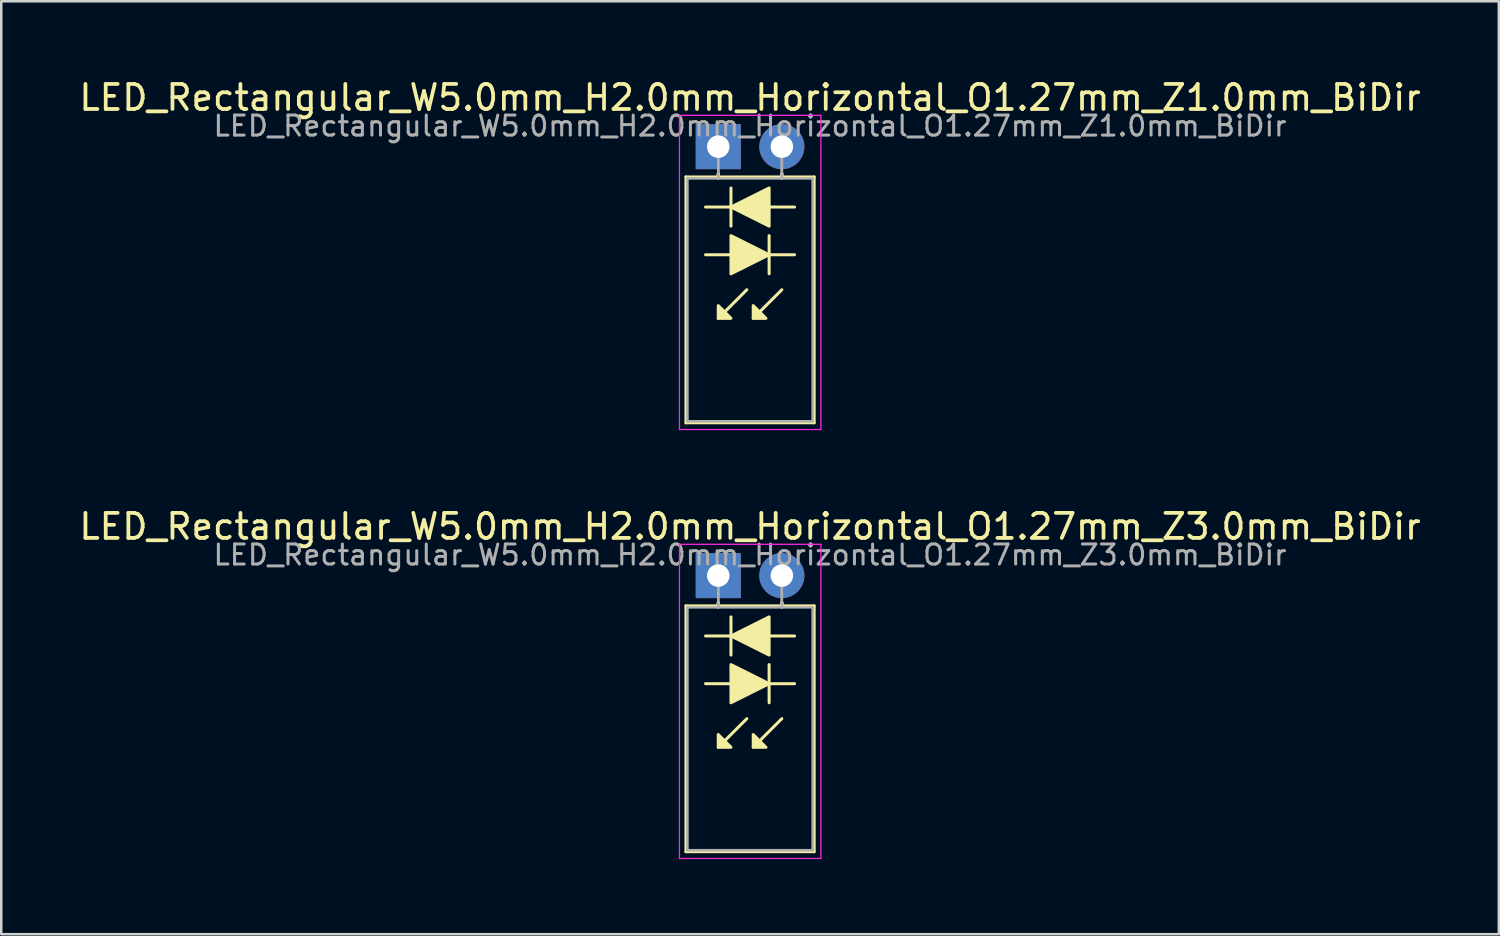
<source format=kicad_pcb>
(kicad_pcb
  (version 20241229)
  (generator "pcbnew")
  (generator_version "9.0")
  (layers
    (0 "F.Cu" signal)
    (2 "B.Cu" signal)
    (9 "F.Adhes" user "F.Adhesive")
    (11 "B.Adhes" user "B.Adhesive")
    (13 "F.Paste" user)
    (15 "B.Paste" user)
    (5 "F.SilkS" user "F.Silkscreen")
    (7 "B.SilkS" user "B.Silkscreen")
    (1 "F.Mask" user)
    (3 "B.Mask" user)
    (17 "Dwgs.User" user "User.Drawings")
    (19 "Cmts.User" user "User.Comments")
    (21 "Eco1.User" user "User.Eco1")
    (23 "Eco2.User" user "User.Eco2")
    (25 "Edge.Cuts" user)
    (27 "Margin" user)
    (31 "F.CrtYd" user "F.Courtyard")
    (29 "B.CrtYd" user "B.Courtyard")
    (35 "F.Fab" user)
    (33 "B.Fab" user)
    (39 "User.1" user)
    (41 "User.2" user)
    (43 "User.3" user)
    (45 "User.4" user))
  (footprint "LED_Rectangular_W5.0mm_H2.0mm_Horizontal_O1.27mm_Z3.0mm_BiDir"
    (layer "F.Cu")
    (at 25.641 19.942)
    (property "Reference" "LED_Rectangular_W5.0mm_H2.0mm_Horizontal_O1.27mm_Z3.0mm_BiDir" (at 1.27 -1.96 0) (layer "F.SilkS") (effects (font (size 1 1) (thickness 0.15))))
    (fp_line (start -1.29 1.21) (end -1.29 11.03) (stroke (width 0.12) (type solid)) (layer "F.SilkS"))
    (fp_line (start -1.29 11.03) (end 3.83 11.03) (stroke (width 0.12) (type solid)) (layer "F.SilkS"))
    (fp_line (start -0.508 4.318) (end 0.508 4.318) (stroke (width 0.12) (type solid)) (layer "F.SilkS"))
    (fp_line (start 0 1.08) (end 0 1.08) (stroke (width 0.12) (type solid)) (layer "F.SilkS"))
    (fp_line (start 0 1.08) (end 0 1.21) (stroke (width 0.12) (type solid)) (layer "F.SilkS"))
    (fp_line (start 0 1.21) (end 0 1.08) (stroke (width 0.12) (type solid)) (layer "F.SilkS"))
    (fp_line (start 0 1.21) (end 0 1.21) (stroke (width 0.12) (type solid)) (layer "F.SilkS"))
    (fp_line (start 0.508 1.651) (end 0.508 3.175) (stroke (width 0.12) (type solid)) (layer "F.SilkS"))
    (fp_line (start 0.508 2.413) (end -0.508 2.413) (stroke (width 0.12) (type solid)) (layer "F.SilkS"))
    (fp_line (start 1.143 5.715) (end 0 6.858) (stroke (width 0.12) (type solid)) (layer "F.SilkS"))
    (fp_line (start 2.032 4.318) (end 3.048 4.318) (stroke (width 0.12) (type solid)) (layer "F.SilkS"))
    (fp_line (start 2.032 5.08) (end 2.032 3.556) (stroke (width 0.12) (type solid)) (layer "F.SilkS"))
    (fp_line (start 2.54 1.08) (end 2.54 1.08) (stroke (width 0.12) (type solid)) (layer "F.SilkS"))
    (fp_line (start 2.54 1.08) (end 2.54 1.21) (stroke (width 0.12) (type solid)) (layer "F.SilkS"))
    (fp_line (start 2.54 1.21) (end 2.54 1.08) (stroke (width 0.12) (type solid)) (layer "F.SilkS"))
    (fp_line (start 2.54 1.21) (end 2.54 1.21) (stroke (width 0.12) (type solid)) (layer "F.SilkS"))
    (fp_line (start 2.54 5.715) (end 1.397 6.858) (stroke (width 0.12) (type solid)) (layer "F.SilkS"))
    (fp_line (start 3.048 2.413) (end 2.032 2.413) (stroke (width 0.12) (type solid)) (layer "F.SilkS"))
    (fp_line (start 3.83 1.21) (end -1.29 1.21) (stroke (width 0.12) (type solid)) (layer "F.SilkS"))
    (fp_line (start 3.83 11.03) (end 3.83 1.21) (stroke (width 0.12) (type solid)) (layer "F.SilkS"))
    (fp_poly (pts (xy 0 6.35) (xy 0.508 6.858) (xy 0 6.858)) (stroke (width 0.12) (type solid)) (fill yes) (layer "F.SilkS"))
    (fp_poly (pts (xy 0.508 3.556) (xy 2.032 4.318) (xy 0.508 5.08)) (stroke (width 0.12) (type solid)) (fill yes) (layer "F.SilkS"))
    (fp_poly (pts (xy 1.397 6.35) (xy 1.905 6.858) (xy 1.397 6.858)) (stroke (width 0.12) (type solid)) (fill yes) (layer "F.SilkS"))
    (fp_poly (pts (xy 2.032 3.175) (xy 0.508 2.413) (xy 2.032 1.651)) (stroke (width 0.12) (type solid)) (fill yes) (layer "F.SilkS"))
    (fp_line (start -1.55 -1.25) (end -1.55 11.3) (stroke (width 0.05) (type solid)) (layer "F.CrtYd"))
    (fp_line (start -1.55 11.3) (end 4.1 11.3) (stroke (width 0.05) (type solid)) (layer "F.CrtYd"))
    (fp_line (start 4.1 -1.25) (end -1.55 -1.25) (stroke (width 0.05) (type solid)) (layer "F.CrtYd"))
    (fp_line (start 4.1 11.3) (end 4.1 -1.25) (stroke (width 0.05) (type solid)) (layer "F.CrtYd"))
    (fp_line (start -1.23 1.27) (end -1.23 10.97) (stroke (width 0.1) (type solid)) (layer "F.Fab"))
    (fp_line (start -1.23 10.97) (end 3.77 10.97) (stroke (width 0.1) (type solid)) (layer "F.Fab"))
    (fp_line (start 0 0) (end 0 0) (stroke (width 0.1) (type solid)) (layer "F.Fab"))
    (fp_line (start 0 0) (end 0 1.27) (stroke (width 0.1) (type solid)) (layer "F.Fab"))
    (fp_line (start 0 1.27) (end 0 0) (stroke (width 0.1) (type solid)) (layer "F.Fab"))
    (fp_line (start 0 1.27) (end 0 1.27) (stroke (width 0.1) (type solid)) (layer "F.Fab"))
    (fp_line (start 2.54 0) (end 2.54 0) (stroke (width 0.1) (type solid)) (layer "F.Fab"))
    (fp_line (start 2.54 0) (end 2.54 1.27) (stroke (width 0.1) (type solid)) (layer "F.Fab"))
    (fp_line (start 2.54 1.27) (end 2.54 0) (stroke (width 0.1) (type solid)) (layer "F.Fab"))
    (fp_line (start 2.54 1.27) (end 2.54 1.27) (stroke (width 0.1) (type solid)) (layer "F.Fab"))
    (fp_line (start 3.77 1.27) (end -1.23 1.27) (stroke (width 0.1) (type solid)) (layer "F.Fab"))
    (fp_line (start 3.77 10.97) (end 3.77 1.27) (stroke (width 0.1) (type solid)) (layer "F.Fab"))
    (fp_text user "${REFERENCE}" (at 1.27 -0.826 0) (layer "F.Fab") (effects (font (size 0.8 0.8) (thickness 0.12))))
    (pad "1" thru_hole rect (at 0 0) (size 1.8 1.8) (drill 0.9) (layers "*.Cu" "*.Mask"))
    (pad "2" thru_hole circle (at 2.54 0) (size 1.8 1.8) (drill 0.9) (layers "*.Cu" "*.Mask")))
  (footprint "LED_Rectangular_W5.0mm_H2.0mm_Horizontal_O1.27mm_Z1.0mm_BiDir"
    (layer "F.Cu")
    (at 25.641 2.808)
    (property "Reference" "LED_Rectangular_W5.0mm_H2.0mm_Horizontal_O1.27mm_Z1.0mm_BiDir" (at 1.27 -1.96 0) (layer "F.SilkS") (effects (font (size 1 1) (thickness 0.15))))
    (fp_line (start -1.29 1.21) (end -1.29 11.03) (stroke (width 0.12) (type solid)) (layer "F.SilkS"))
    (fp_line (start -1.29 11.03) (end 3.83 11.03) (stroke (width 0.12) (type solid)) (layer "F.SilkS"))
    (fp_line (start -0.508 4.318) (end 0.508 4.318) (stroke (width 0.12) (type solid)) (layer "F.SilkS"))
    (fp_line (start 0 1.08) (end 0 1.08) (stroke (width 0.12) (type solid)) (layer "F.SilkS"))
    (fp_line (start 0 1.08) (end 0 1.21) (stroke (width 0.12) (type solid)) (layer "F.SilkS"))
    (fp_line (start 0 1.21) (end 0 1.08) (stroke (width 0.12) (type solid)) (layer "F.SilkS"))
    (fp_line (start 0 1.21) (end 0 1.21) (stroke (width 0.12) (type solid)) (layer "F.SilkS"))
    (fp_line (start 0.508 1.651) (end 0.508 3.175) (stroke (width 0.12) (type solid)) (layer "F.SilkS"))
    (fp_line (start 0.508 2.413) (end -0.508 2.413) (stroke (width 0.12) (type solid)) (layer "F.SilkS"))
    (fp_line (start 1.143 5.715) (end 0 6.858) (stroke (width 0.12) (type solid)) (layer "F.SilkS"))
    (fp_line (start 2.032 4.318) (end 3.048 4.318) (stroke (width 0.12) (type solid)) (layer "F.SilkS"))
    (fp_line (start 2.032 5.08) (end 2.032 3.556) (stroke (width 0.12) (type solid)) (layer "F.SilkS"))
    (fp_line (start 2.54 1.08) (end 2.54 1.08) (stroke (width 0.12) (type solid)) (layer "F.SilkS"))
    (fp_line (start 2.54 1.08) (end 2.54 1.21) (stroke (width 0.12) (type solid)) (layer "F.SilkS"))
    (fp_line (start 2.54 1.21) (end 2.54 1.08) (stroke (width 0.12) (type solid)) (layer "F.SilkS"))
    (fp_line (start 2.54 1.21) (end 2.54 1.21) (stroke (width 0.12) (type solid)) (layer "F.SilkS"))
    (fp_line (start 2.54 5.715) (end 1.397 6.858) (stroke (width 0.12) (type solid)) (layer "F.SilkS"))
    (fp_line (start 3.048 2.413) (end 2.032 2.413) (stroke (width 0.12) (type solid)) (layer "F.SilkS"))
    (fp_line (start 3.83 1.21) (end -1.29 1.21) (stroke (width 0.12) (type solid)) (layer "F.SilkS"))
    (fp_line (start 3.83 11.03) (end 3.83 1.21) (stroke (width 0.12) (type solid)) (layer "F.SilkS"))
    (fp_poly (pts (xy 0 6.35) (xy 0.508 6.858) (xy 0 6.858)) (stroke (width 0.12) (type solid)) (fill yes) (layer "F.SilkS"))
    (fp_poly (pts (xy 0.508 3.556) (xy 2.032 4.318) (xy 0.508 5.08)) (stroke (width 0.12) (type solid)) (fill yes) (layer "F.SilkS"))
    (fp_poly (pts (xy 1.397 6.35) (xy 1.905 6.858) (xy 1.397 6.858)) (stroke (width 0.12) (type solid)) (fill yes) (layer "F.SilkS"))
    (fp_poly (pts (xy 2.032 3.175) (xy 0.508 2.413) (xy 2.032 1.651)) (stroke (width 0.12) (type solid)) (fill yes) (layer "F.SilkS"))
    (fp_line (start -1.55 -1.25) (end -1.55 11.3) (stroke (width 0.05) (type solid)) (layer "F.CrtYd"))
    (fp_line (start -1.55 11.3) (end 4.1 11.3) (stroke (width 0.05) (type solid)) (layer "F.CrtYd"))
    (fp_line (start 4.1 -1.25) (end -1.55 -1.25) (stroke (width 0.05) (type solid)) (layer "F.CrtYd"))
    (fp_line (start 4.1 11.3) (end 4.1 -1.25) (stroke (width 0.05) (type solid)) (layer "F.CrtYd"))
    (fp_line (start -1.23 1.27) (end -1.23 10.97) (stroke (width 0.1) (type solid)) (layer "F.Fab"))
    (fp_line (start -1.23 10.97) (end 3.77 10.97) (stroke (width 0.1) (type solid)) (layer "F.Fab"))
    (fp_line (start 0 0) (end 0 0) (stroke (width 0.1) (type solid)) (layer "F.Fab"))
    (fp_line (start 0 0) (end 0 1.27) (stroke (width 0.1) (type solid)) (layer "F.Fab"))
    (fp_line (start 0 1.27) (end 0 0) (stroke (width 0.1) (type solid)) (layer "F.Fab"))
    (fp_line (start 0 1.27) (end 0 1.27) (stroke (width 0.1) (type solid)) (layer "F.Fab"))
    (fp_line (start 2.54 0) (end 2.54 0) (stroke (width 0.1) (type solid)) (layer "F.Fab"))
    (fp_line (start 2.54 0) (end 2.54 1.27) (stroke (width 0.1) (type solid)) (layer "F.Fab"))
    (fp_line (start 2.54 1.27) (end 2.54 0) (stroke (width 0.1) (type solid)) (layer "F.Fab"))
    (fp_line (start 2.54 1.27) (end 2.54 1.27) (stroke (width 0.1) (type solid)) (layer "F.Fab"))
    (fp_line (start 3.77 1.27) (end -1.23 1.27) (stroke (width 0.1) (type solid)) (layer "F.Fab"))
    (fp_line (start 3.77 10.97) (end 3.77 1.27) (stroke (width 0.1) (type solid)) (layer "F.Fab"))
    (fp_text user "${REFERENCE}" (at 1.27 -0.826 0) (layer "F.Fab") (effects (font (size 0.8 0.8) (thickness 0.12))))
    (pad "1" thru_hole rect (at 0 0) (size 1.8 1.8) (drill 0.9) (layers "*.Cu" "*.Mask"))
    (pad "2" thru_hole circle (at 2.54 0) (size 1.8 1.8) (drill 0.9) (layers "*.Cu" "*.Mask")))
  (gr_rect
    (start -3 -3)
    (end 56.821 34.267)
    (stroke (width 0.1) (type default))
    (fill no)
    (layer "Edge.Cuts")))
</source>
